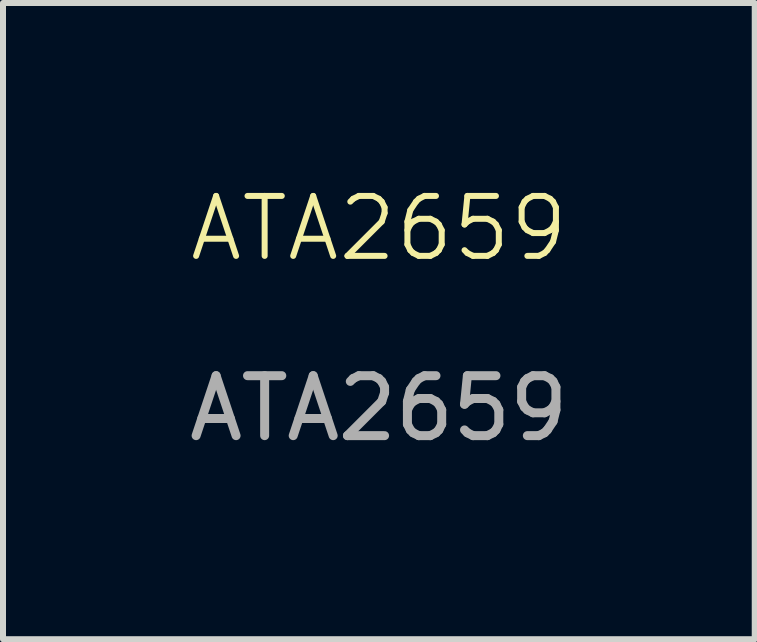
<source format=kicad_pcb>
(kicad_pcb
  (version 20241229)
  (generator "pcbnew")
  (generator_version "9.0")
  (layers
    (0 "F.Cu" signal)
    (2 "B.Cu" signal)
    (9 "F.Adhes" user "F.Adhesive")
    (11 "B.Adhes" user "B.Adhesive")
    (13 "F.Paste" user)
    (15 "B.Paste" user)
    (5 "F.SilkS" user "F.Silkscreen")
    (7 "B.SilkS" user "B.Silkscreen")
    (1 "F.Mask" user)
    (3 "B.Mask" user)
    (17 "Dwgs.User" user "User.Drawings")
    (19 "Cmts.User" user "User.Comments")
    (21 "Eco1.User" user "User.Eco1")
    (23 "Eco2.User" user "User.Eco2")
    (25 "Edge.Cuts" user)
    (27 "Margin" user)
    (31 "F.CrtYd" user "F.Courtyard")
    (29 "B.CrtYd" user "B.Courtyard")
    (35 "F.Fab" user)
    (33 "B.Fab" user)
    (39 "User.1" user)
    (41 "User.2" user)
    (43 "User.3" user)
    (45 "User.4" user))
  (footprint "ATA2659"
    (layer "F.Cu")
    (at 3.268 1.26)
    (property "Reference" "ATA2659" (at 0 -0.5 0) (unlocked yes) (layer "F.SilkS") (effects (font (size 1 1) (thickness 0.1))))
    (attr smd)
    (fp_text user "${REFERENCE}" (at 0 2.5 0) (unlocked yes) (layer "F.Fab") (effects (font (size 1 1) (thickness 0.15)))))
  (gr_rect
    (start -3 -3)
    (end 9.536 7.609)
    (stroke (width 0.1) (type default))
    (fill no)
    (layer "Edge.Cuts")))
</source>
